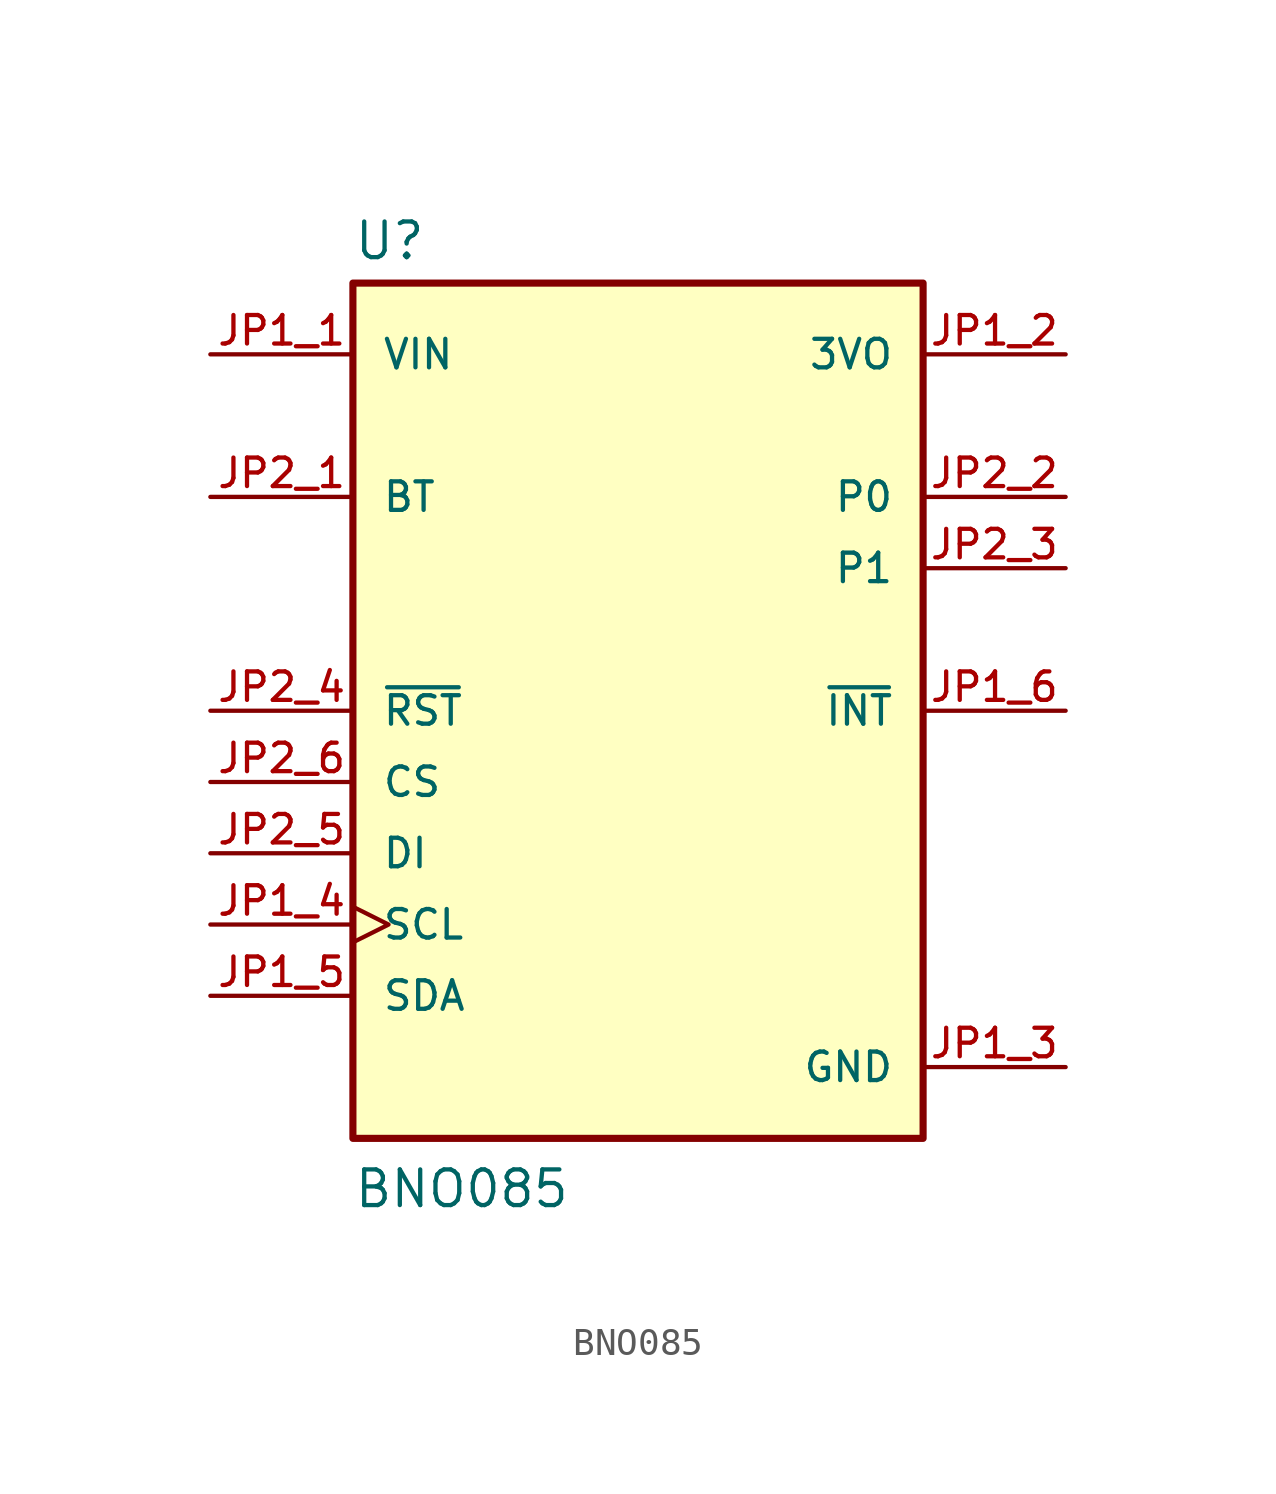
<source format=kicad_sym>
(kicad_symbol_lib
  (version 20231120)
  (generator "kicad_symbol_editor")
  (generator_version "8.0")
  (symbol "BNO085"
    (pin_names
      (offset 1.016))
    (property "Reference" "U"
      (at -10.16 16.002 0)
      (effects (font (size 1.27 1.27)) (justify left bottom)))
    (property "Value" "BNO085"
      (at -10.16 -17.78 0)
      (effects (font (size 1.27 1.27)) (justify left bottom)))
    (symbol "BNO085_0_0"
      (rectangle (start -10.16 -15.24) (end 10.16 15.24) (stroke (width 0.254) (type default)) (fill (type background)))
      (pin input line (at -15.24 12.7 0) (length 5.08) (name "VIN" (effects (font (size 1.016 1.016)))) (number "JP1_1" (effects (font (size 1.016 1.016)))))
      (pin output line (at 15.24 12.7 180) (length 5.08) (name "3VO" (effects (font (size 1.016 1.016)))) (number "JP1_2" (effects (font (size 1.016 1.016)))))
      (pin power_in line (at 15.24 -12.7 180) (length 5.08) (name "GND" (effects (font (size 1.016 1.016)))) (number "JP1_3" (effects (font (size 1.016 1.016)))))
      (pin bidirectional clock (at -15.24 -7.62 0) (length 5.08) (name "SCL" (effects (font (size 1.016 1.016)))) (number "JP1_4" (effects (font (size 1.016 1.016)))))
      (pin bidirectional line (at -15.24 -10.16 0) (length 5.08) (name "SDA" (effects (font (size 1.016 1.016)))) (number "JP1_5" (effects (font (size 1.016 1.016)))))
      (pin output line (at 15.24 0 180) (length 5.08) (name "~{INT}" (effects (font (size 1.016 1.016)))) (number "JP1_6" (effects (font (size 1.016 1.016)))))
      (pin input line (at -15.24 7.62 0) (length 5.08) (name "BT" (effects (font (size 1.016 1.016)))) (number "JP2_1" (effects (font (size 1.016 1.016)))))
      (pin bidirectional line (at 15.24 7.62 180) (length 5.08) (name "P0" (effects (font (size 1.016 1.016)))) (number "JP2_2" (effects (font (size 1.016 1.016)))))
      (pin bidirectional line (at 15.24 5.08 180) (length 5.08) (name "P1" (effects (font (size 1.016 1.016)))) (number "JP2_3" (effects (font (size 1.016 1.016)))))
      (pin input line (at -15.24 0 0) (length 5.08) (name "~{RST}" (effects (font (size 1.016 1.016)))) (number "JP2_4" (effects (font (size 1.016 1.016)))))
      (pin input line (at -15.24 -5.08 0) (length 5.08) (name "DI" (effects (font (size 1.016 1.016)))) (number "JP2_5" (effects (font (size 1.016 1.016)))))
      (pin input line (at -15.24 -2.54 0) (length 5.08) (name "CS" (effects (font (size 1.016 1.016)))) (number "JP2_6" (effects (font (size 1.016 1.016))))))))
</source>
